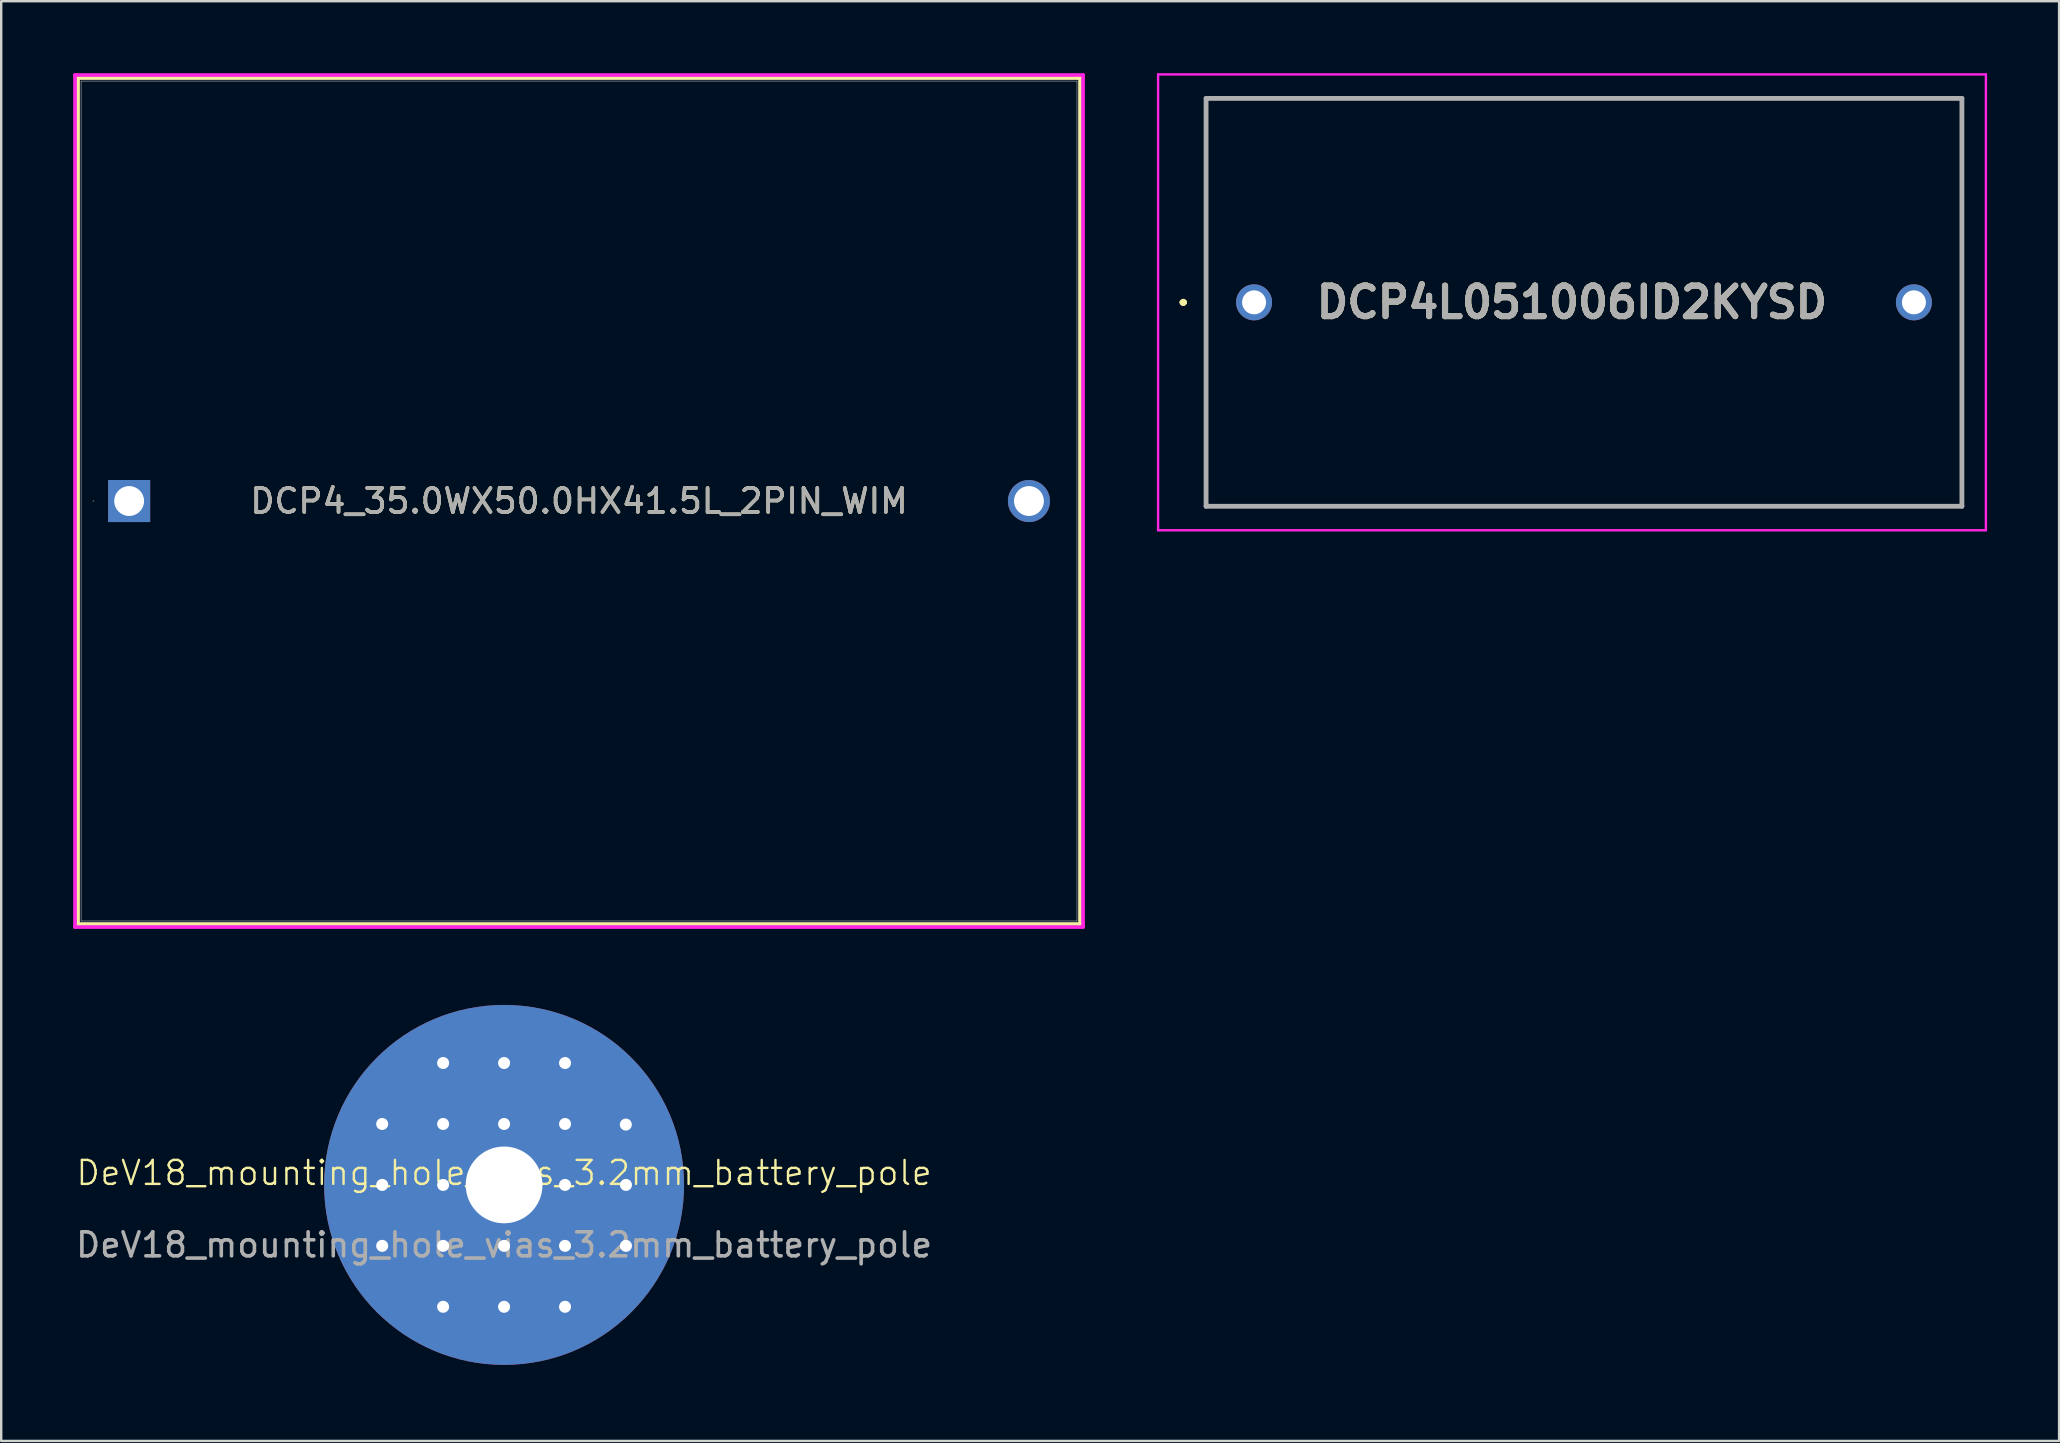
<source format=kicad_pcb>
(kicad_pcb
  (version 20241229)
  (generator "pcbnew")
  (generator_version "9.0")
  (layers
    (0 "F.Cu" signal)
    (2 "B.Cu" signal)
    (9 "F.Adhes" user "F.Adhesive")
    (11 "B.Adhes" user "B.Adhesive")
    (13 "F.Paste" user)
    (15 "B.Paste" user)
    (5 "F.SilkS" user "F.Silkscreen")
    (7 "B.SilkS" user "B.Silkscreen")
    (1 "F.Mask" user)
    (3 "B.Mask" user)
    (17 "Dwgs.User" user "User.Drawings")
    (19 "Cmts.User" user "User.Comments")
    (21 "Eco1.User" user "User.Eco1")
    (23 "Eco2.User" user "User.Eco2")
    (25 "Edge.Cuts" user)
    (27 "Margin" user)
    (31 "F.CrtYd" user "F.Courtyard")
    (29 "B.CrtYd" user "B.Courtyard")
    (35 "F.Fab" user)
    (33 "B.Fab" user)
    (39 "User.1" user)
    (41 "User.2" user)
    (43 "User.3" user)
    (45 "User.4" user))
  (footprint "DCP4L051006ID2KYSD"
    (layer "F.Cu")
    (at 49.214 9.55)
    (property "Reference" "DCP4L051006ID2KYSD" (at 13.25 0 0) (layer "F.SilkS") (effects (font (size 1.27 1.27) (thickness 0.254))))
    (attr through_hole)
    (fp_line (start -3 0) (end -3 0) (stroke (width 0.2) (type solid)) (layer "F.SilkS"))
    (fp_line (start -3 0) (end -3 0) (stroke (width 0.2) (type solid)) (layer "F.SilkS"))
    (fp_line (start -2.9 0) (end -2.9 0) (stroke (width 0.2) (type solid)) (layer "F.SilkS"))
    (fp_line (start -2 -8.5) (end 29.5 -8.5) (stroke (width 0.1) (type solid)) (layer "F.SilkS"))
    (fp_line (start -2 8.5) (end -2 -8.5) (stroke (width 0.1) (type solid)) (layer "F.SilkS"))
    (fp_line (start 29.5 -8.5) (end 29.5 8.5) (stroke (width 0.1) (type solid)) (layer "F.SilkS"))
    (fp_line (start 29.5 8.5) (end -2 8.5) (stroke (width 0.1) (type solid)) (layer "F.SilkS"))
    (fp_arc (start -3 0) (mid -2.95 -0.05) (end -2.9 0) (stroke (width 0.2) (type solid)) (layer "F.SilkS"))
    (fp_arc (start -2.9 0) (mid -2.95 0.05) (end -3 0) (stroke (width 0.2) (type solid)) (layer "F.SilkS"))
    (fp_arc (start -2.9 0) (mid -2.95 0.05) (end -3 0) (stroke (width 0.2) (type solid)) (layer "F.SilkS"))
    (fp_line (start -4 -9.5) (end 30.5 -9.5) (stroke (width 0.1) (type solid)) (layer "F.CrtYd"))
    (fp_line (start -4 9.5) (end -4 -9.5) (stroke (width 0.1) (type solid)) (layer "F.CrtYd"))
    (fp_line (start 30.5 -9.5) (end 30.5 9.5) (stroke (width 0.1) (type solid)) (layer "F.CrtYd"))
    (fp_line (start 30.5 9.5) (end -4 9.5) (stroke (width 0.1) (type solid)) (layer "F.CrtYd"))
    (fp_line (start -2 -8.5) (end 29.5 -8.5) (stroke (width 0.2) (type solid)) (layer "F.Fab"))
    (fp_line (start -2 8.5) (end -2 -8.5) (stroke (width 0.2) (type solid)) (layer "F.Fab"))
    (fp_line (start 29.5 -8.5) (end 29.5 8.5) (stroke (width 0.2) (type solid)) (layer "F.Fab"))
    (fp_line (start 29.5 8.5) (end -2 8.5) (stroke (width 0.2) (type solid)) (layer "F.Fab"))
    (fp_text user "${REFERENCE}" (at 13.25 0 0) (layer "F.Fab") (effects (font (size 1.27 1.27) (thickness 0.254))))
    (pad "1" thru_hole circle (at 0 0) (size 1.5 1.5) (drill 1) (layers "*.Cu" "*.Mask"))
    (pad "2" thru_hole circle (at 27.5 0) (size 1.5 1.5) (drill 1) (layers "*.Cu" "*.Mask")))
  (footprint "DCP4_35.0WX50.0HX41.5L_2PIN_WIM"
    (layer "F.Cu")
    (at 2.332 17.831)
    (property "Reference" "DCP4_35.0WX50.0HX41.5L_2PIN_WIM" (at 18.75 0 0) (unlocked yes) (layer "F.SilkS") (effects (font (size 1 1) (thickness 0.15))))
    (attr through_hole)
    (fp_line (start -2.129 -17.628) (end -2.129 17.628) (stroke (width 0.152) (type solid)) (layer "F.SilkS"))
    (fp_line (start 39.629 -17.628) (end -2.129 -17.628) (stroke (width 0.152) (type solid)) (layer "F.SilkS"))
    (fp_line (start 39.629 -17.628) (end 39.629 17.628) (stroke (width 0.152) (type solid)) (layer "F.SilkS"))
    (fp_line (start 39.629 17.628) (end -2.129 17.628) (stroke (width 0.152) (type solid)) (layer "F.SilkS"))
    (fp_line (start -2.256 -17.755) (end 39.756 -17.755) (stroke (width 0.152) (type solid)) (layer "F.CrtYd"))
    (fp_line (start -2.256 17.755) (end -2.256 -17.755) (stroke (width 0.152) (type solid)) (layer "F.CrtYd"))
    (fp_line (start 39.756 -17.755) (end 39.756 17.755) (stroke (width 0.152) (type solid)) (layer "F.CrtYd"))
    (fp_line (start 39.756 17.755) (end -2.256 17.755) (stroke (width 0.152) (type solid)) (layer "F.CrtYd"))
    (fp_line (start -2.002 -17.501) (end -2.002 17.501) (stroke (width 0.025) (type solid)) (layer "F.Fab"))
    (fp_line (start 39.502 -17.501) (end -2.002 -17.501) (stroke (width 0.025) (type solid)) (layer "F.Fab"))
    (fp_line (start 39.502 -17.501) (end 39.502 17.501) (stroke (width 0.025) (type solid)) (layer "F.Fab"))
    (fp_line (start 39.502 17.501) (end -2.002 17.501) (stroke (width 0.025) (type solid)) (layer "F.Fab"))
    (fp_circle (center -1.494 0) (end -1.494 0) (stroke (width 0.025) (type solid)) (fill no) (layer "F.Fab"))
    (fp_text user "${REFERENCE}" (at 18.75 0 0) (unlocked yes) (layer "F.Fab") (effects (font (size 1 1) (thickness 0.15))))
    (pad "1" thru_hole rect (at 0 0) (size 1.753 1.753) (drill 1.245) (layers "*.Cu" "*.Mask"))
    (pad "2" thru_hole circle (at 37.5 0) (size 1.753 1.753) (drill 1.245) (layers "*.Cu" "*.Mask")))
  (footprint "DeV18_mounting_hole_vias_3.2mm_battery_pole"
    (layer "F.Cu")
    (at 17.958 46.332)
    (property "Reference" "DeV18_mounting_hole_vias_3.2mm_battery_pole" (at 0 -0.5 0) (unlocked yes) (layer "F.SilkS") (effects (font (size 1 1) (thickness 0.1))))
    (attr through_hole)
    (fp_circle (center 0 0) (end 7.62 0) (stroke (width 0.1) (type solid)) (fill yes) (layer "F.Mask"))
    (fp_circle (center 0 0) (end 7.62 0) (stroke (width 0.1) (type solid)) (fill yes) (layer "B.Mask"))
    (fp_text user "${REFERENCE}" (at 0 2.5 0) (unlocked yes) (layer "F.Fab") (effects (font (size 1 1) (thickness 0.15))))
    (pad "1" thru_hole circle (at -5.08 -2.54) (size 0.8 0.8) (drill 0.5) (layers "*.Cu"))
    (pad "1" thru_hole circle (at -5.08 0) (size 0.8 0.8) (drill 0.5) (layers "*.Cu"))
    (pad "1" thru_hole circle (at -5.08 2.54) (size 0.8 0.8) (drill 0.5) (layers "*.Cu"))
    (pad "1" thru_hole circle (at -2.54 -5.08) (size 0.8 0.8) (drill 0.5) (layers "*.Cu"))
    (pad "1" thru_hole circle (at -2.54 -2.54) (size 0.8 0.8) (drill 0.5) (layers "*.Cu"))
    (pad "1" thru_hole circle (at -2.54 0) (size 0.8 0.8) (drill 0.5) (layers "*.Cu"))
    (pad "1" thru_hole circle (at -2.54 2.54) (size 0.8 0.8) (drill 0.5) (layers "*.Cu"))
    (pad "1" thru_hole circle (at -2.54 5.08) (size 0.8 0.8) (drill 0.5) (layers "*.Cu"))
    (pad "1" thru_hole circle (at 0 -5.08) (size 0.8 0.8) (drill 0.5) (layers "*.Cu"))
    (pad "1" thru_hole circle (at 0 -2.54) (size 0.8 0.8) (drill 0.5) (layers "*.Cu"))
    (pad "1" thru_hole circle (at 0 0) (size 15 15) (drill 3.2) (layers "*.Cu"))
    (pad "1" thru_hole circle (at 0 2.54) (size 0.8 0.8) (drill 0.5) (layers "*.Cu"))
    (pad "1" thru_hole circle (at 0 5.08) (size 0.8 0.8) (drill 0.5) (layers "*.Cu"))
    (pad "1" thru_hole circle (at 2.54 -5.08) (size 0.8 0.8) (drill 0.5) (layers "*.Cu"))
    (pad "1" thru_hole circle (at 2.54 -2.54) (size 0.8 0.8) (drill 0.5) (layers "*.Cu"))
    (pad "1" thru_hole circle (at 2.54 0) (size 0.8 0.8) (drill 0.5) (layers "*.Cu"))
    (pad "1" thru_hole circle (at 2.54 2.54) (size 0.8 0.8) (drill 0.5) (layers "*.Cu"))
    (pad "1" thru_hole circle (at 2.54 5.08) (size 0.8 0.8) (drill 0.5) (layers "*.Cu"))
    (pad "1" thru_hole circle (at 5.074 -2.514) (size 0.8 0.8) (drill 0.5) (layers "*.Cu"))
    (pad "1" thru_hole circle (at 5.08 0) (size 0.8 0.8) (drill 0.5) (layers "*.Cu"))
    (pad "1" thru_hole circle (at 5.08 2.54) (size 0.8 0.8) (drill 0.5) (layers "*.Cu")))
  (gr_rect
    (start -3 -3)
    (end 82.764 57.002)
    (stroke (width 0.1) (type default))
    (fill no)
    (layer "Edge.Cuts")))
</source>
